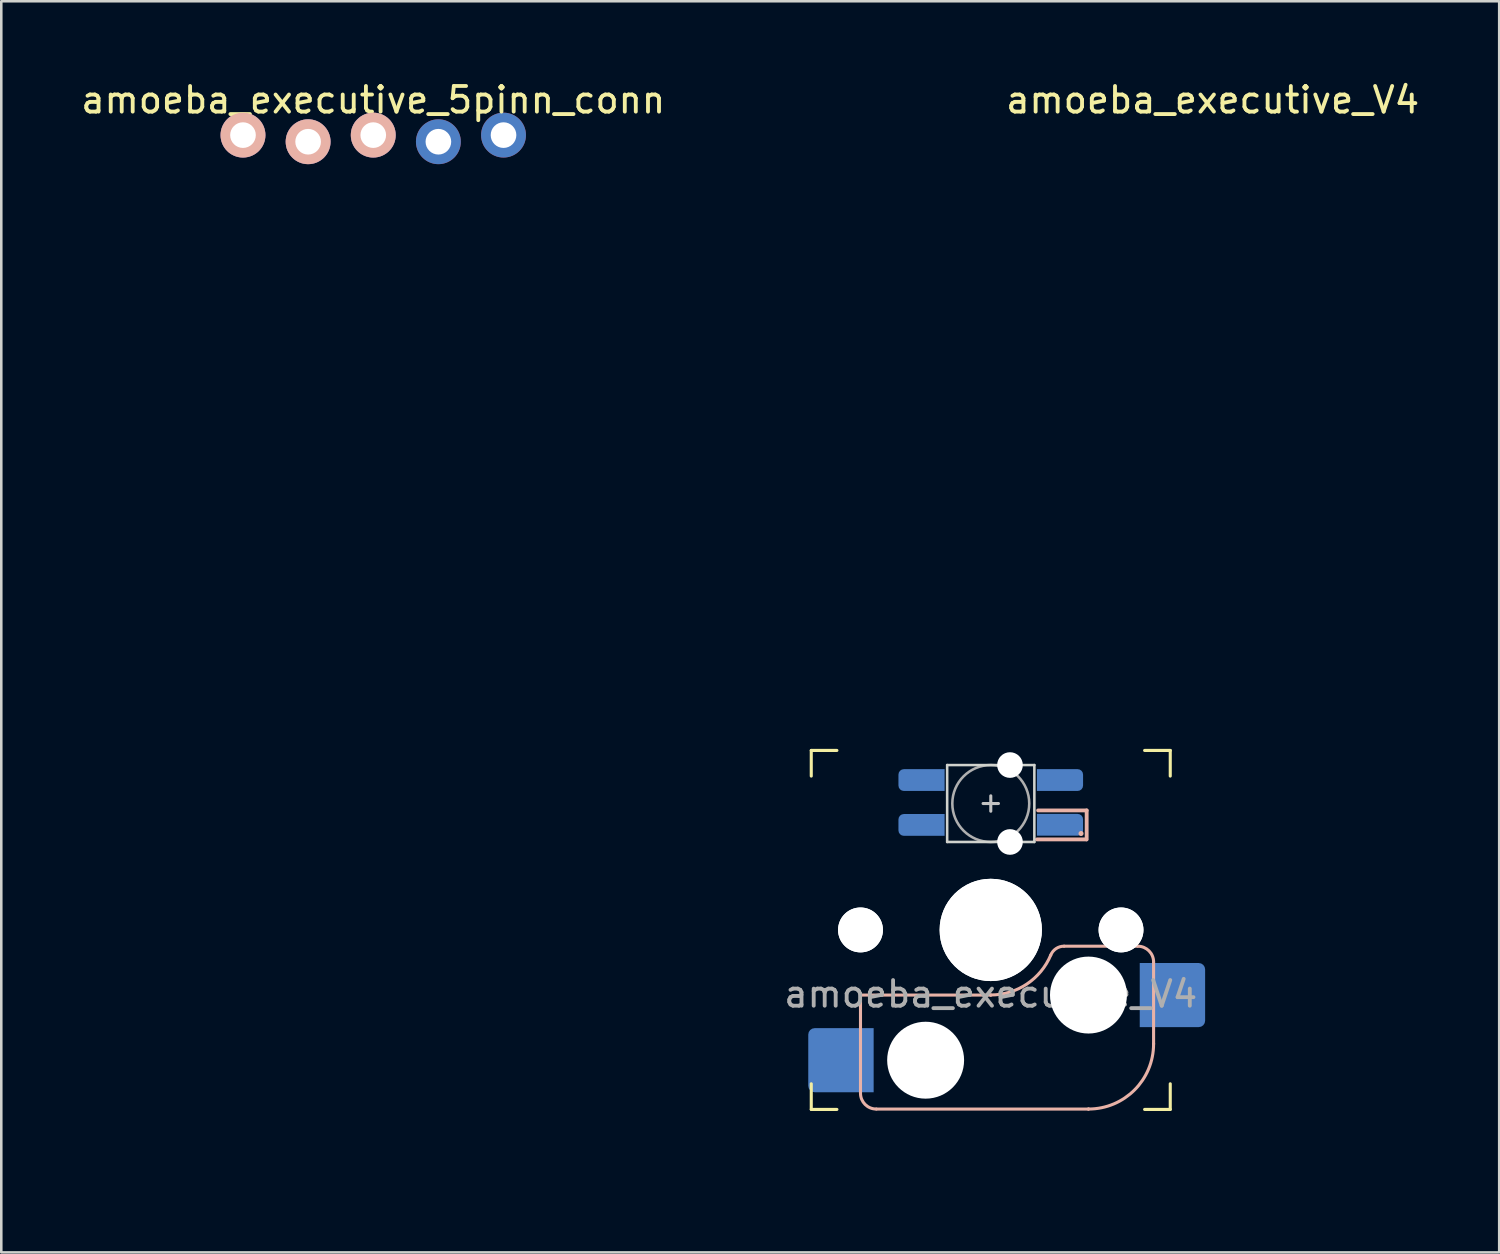
<source format=kicad_pcb>
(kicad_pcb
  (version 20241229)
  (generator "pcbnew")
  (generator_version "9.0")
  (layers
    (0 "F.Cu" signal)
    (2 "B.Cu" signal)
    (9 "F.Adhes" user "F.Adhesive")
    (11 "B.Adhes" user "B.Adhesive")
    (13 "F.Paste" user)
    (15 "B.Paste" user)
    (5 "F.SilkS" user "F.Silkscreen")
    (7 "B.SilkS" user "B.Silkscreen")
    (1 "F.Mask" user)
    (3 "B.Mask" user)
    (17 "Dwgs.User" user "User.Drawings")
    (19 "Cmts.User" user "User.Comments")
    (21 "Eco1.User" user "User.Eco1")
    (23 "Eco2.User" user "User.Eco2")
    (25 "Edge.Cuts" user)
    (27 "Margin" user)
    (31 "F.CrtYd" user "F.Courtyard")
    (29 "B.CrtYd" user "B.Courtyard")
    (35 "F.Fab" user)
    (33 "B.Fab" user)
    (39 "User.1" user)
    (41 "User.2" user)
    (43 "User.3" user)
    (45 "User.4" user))
  (footprint "amoeba_executive_5pinn_conn"
    (layer "F.Cu")
    (at 11.506 2.348)
    (property "Reference" "amoeba_executive_5pinn_conn" (at 0 -1.5 0) (unlocked yes) (layer "F.SilkS") (effects (font (size 1 1) (thickness 0.15))))
    (attr through_hole)
    (pad "1" thru_hole circle (at -5.08 -0.129 180) (size 1.75 1.75) (drill 1) (layers "*.Cu" "F.Mask" "B.SilkS"))
    (pad "2" thru_hole circle (at -2.54 0.129 180) (size 1.75 1.75) (drill 1) (layers "*.Cu" "F.Mask" "B.SilkS"))
    (pad "3" thru_hole circle (at 0 -0.129 180) (size 1.75 1.75) (drill 1) (layers "*.Cu" "F.Mask" "B.SilkS"))
    (pad "4" thru_hole circle (at 2.54 0.129 180) (size 1.75 1.75) (drill 1) (layers "*.Cu" "F.Mask"))
    (pad "5" thru_hole circle (at 5.08 -0.129 180) (size 1.75 1.75) (drill 1) (layers "*.Cu" "F.Mask")))
  (footprint "amoeba_executive_V4"
    (layer "F.Cu")
    (at 35.587 33.215)
    (property "Reference" "amoeba_executive_V4" (at 8.655 -32.367 0) (unlocked yes) (layer "F.SilkS") (effects (font (size 1 1) (thickness 0.15))))
    (attr through_hole)
    (fp_line (start -7 -7) (end -7 -6) (stroke (width 0.12) (type default)) (layer "F.SilkS"))
    (fp_line (start -7 -7) (end -6 -7) (stroke (width 0.12) (type default)) (layer "F.SilkS"))
    (fp_line (start -7 7) (end -7 6) (stroke (width 0.12) (type default)) (layer "F.SilkS"))
    (fp_line (start -6 7) (end -7 7) (stroke (width 0.12) (type default)) (layer "F.SilkS"))
    (fp_line (start 7 -7) (end 6 -7) (stroke (width 0.12) (type default)) (layer "F.SilkS"))
    (fp_line (start 7 -6) (end 7 -7) (stroke (width 0.12) (type default)) (layer "F.SilkS"))
    (fp_line (start 7 6) (end 7 7) (stroke (width 0.12) (type default)) (layer "F.SilkS"))
    (fp_line (start 7 7) (end 6 7) (stroke (width 0.12) (type default)) (layer "F.SilkS"))
    (fp_line (start -5.08 2.54) (end -5.08 2.54) (stroke (width 0.12) (type solid)) (layer "B.SilkS"))
    (fp_line (start -5.08 2.54) (end -5.08 2.54) (stroke (width 0.12) (type solid)) (layer "B.SilkS"))
    (fp_line (start -5.08 6.36) (end -5.08 2.54) (stroke (width 0.12) (type solid)) (layer "B.SilkS"))
    (fp_line (start -4.46 6.985) (end 3.81 6.985) (stroke (width 0.12) (type solid)) (layer "B.SilkS"))
    (fp_line (start 0 2.54) (end -5.08 2.54) (stroke (width 0.12) (type solid)) (layer "B.SilkS"))
    (fp_line (start 0 2.54) (end 0 2.54) (stroke (width 0.12) (type solid)) (layer "B.SilkS"))
    (fp_line (start 1.8 -3.53) (end 3.724 -3.53) (stroke (width 0.15) (type solid)) (layer "B.SilkS"))
    (fp_line (start 2.86 0.635) (end 5.72 0.635) (stroke (width 0.12) (type solid)) (layer "B.SilkS"))
    (fp_line (start 3.74 -4.66) (end 1.847 -4.66) (stroke (width 0.15) (type solid)) (layer "B.SilkS"))
    (fp_line (start 3.74 -3.53) (end 3.74 -4.66) (stroke (width 0.15) (type solid)) (layer "B.SilkS"))
    (fp_line (start 3.81 6.985) (end 3.81 6.985) (stroke (width 0.12) (type solid)) (layer "B.SilkS"))
    (fp_line (start 6.35 1.25) (end 6.35 4.445) (stroke (width 0.12) (type solid)) (layer "B.SilkS"))
    (fp_line (start 6.35 4.445) (end 6.35 4.445) (stroke (width 0.12) (type solid)) (layer "B.SilkS"))
    (fp_arc (start -4.465 6.985) (mid -4.899871 6.804871) (end -5.08 6.37) (stroke (width 0.12) (type default)) (layer "B.SilkS"))
    (fp_arc (start 2.34 0.98) (mid 1.405313 2.11213) (end 0 2.536928) (stroke (width 0.12) (type solid)) (layer "B.SilkS"))
    (fp_arc (start 2.34 0.98) (mid 2.547383 0.727891) (end 2.859999 0.633863) (stroke (width 0.12) (type default)) (layer "B.SilkS"))
    (fp_arc (start 5.735129 0.635) (mid 6.170016 0.815134) (end 6.350129 1.25) (stroke (width 0.12) (type default)) (layer "B.SilkS"))
    (fp_arc (start 6.35 4.445) (mid 5.606051 6.241051) (end 3.81 6.985) (stroke (width 0.12) (type solid)) (layer "B.SilkS"))
    (fp_circle (center 3.521 -3.76) (end 3.62 -3.76) (stroke (width 0) (type solid)) (fill yes) (layer "B.SilkS"))
    (fp_line (start -0.299 -4.93) (end 0.3 -4.93) (stroke (width 0.12) (type solid)) (layer "Dwgs.User"))
    (fp_line (start 0.001 -4.63) (end 0.001 -5.23) (stroke (width 0.12) (type solid)) (layer "Dwgs.User"))
    (fp_line (start -9.525 -9.525) (end -9.525 -9.525) (stroke (width 0.1) (type solid)) (layer "Eco2.User"))
    (fp_line (start -9.525 9.525) (end -9.525 9.525) (stroke (width 0.1) (type solid)) (layer "Eco2.User"))
    (fp_line (start 7 -7) (end 7 -6) (stroke (width 0.12) (type default)) (layer "Eco2.User"))
    (fp_line (start 7 7) (end 7 6) (stroke (width 0.12) (type default)) (layer "Eco2.User"))
    (fp_line (start 9.525 -9.525) (end 9.525 -9.525) (stroke (width 0.1) (type solid)) (layer "Eco2.User"))
    (fp_line (start 9.525 9.525) (end 9.525 9.525) (stroke (width 0.1) (type solid)) (layer "Eco2.User"))
    (fp_rect (start 7 7) (end -7 -7) (stroke (width 0.1) (type default)) (fill no) (layer "Eco2.User"))
    (fp_line (start -1.7 -6.43) (end -1.7 -3.43) (stroke (width 0.1) (type solid)) (layer "Edge.Cuts"))
    (fp_line (start 1.7 -6.43) (end -1.7 -6.43) (stroke (width 0.1) (type solid)) (layer "Edge.Cuts"))
    (fp_line (start 1.7 -3.43) (end -1.7 -3.43) (stroke (width 0.1) (type solid)) (layer "Edge.Cuts"))
    (fp_line (start 1.7 -3.43) (end 1.7 -6.43) (stroke (width 0.1) (type solid)) (layer "Edge.Cuts"))
    (fp_circle (center 0.001 -4.93) (end 0.001 -6.43) (stroke (width 0.1) (type solid)) (fill no) (layer "F.Fab"))
    (fp_line (start -9.525 9.525) (end -9.525 -9.525) (stroke (width 0.1) (type solid)) (layer "User.2"))
    (fp_line (start 9.525 -9.525) (end -9.525 -9.525) (stroke (width 0.1) (type solid)) (layer "User.2"))
    (fp_line (start 9.525 9.525) (end -9.525 9.525) (stroke (width 0.1) (type solid)) (layer "User.2"))
    (fp_line (start 9.525 9.525) (end 9.525 -9.525) (stroke (width 0.1) (type solid)) (layer "User.2"))
    (fp_line (start -9.525 4.91) (end -9.525 -3.81) (stroke (width 0.1) (type solid)) (layer "User.3"))
    (fp_line (start -8.255 -7.62) (end -8.255 -5.08) (stroke (width 0.1) (type solid)) (layer "User.3"))
    (fp_line (start -8.255 6.18) (end -8.255 7.62) (stroke (width 0.1) (type solid)) (layer "User.3"))
    (fp_line (start -7.62 -8.255) (end -6.35 -8.255) (stroke (width 0.1) (type solid)) (layer "User.3"))
    (fp_line (start -7.62 8.255) (end -6.35 8.255) (stroke (width 0.1) (type solid)) (layer "User.3"))
    (fp_line (start -5.08 9.525) (end 5.08 9.525) (stroke (width 0.1) (type solid)) (layer "User.3"))
    (fp_line (start 5.08 -9.525) (end -5.08 -9.525) (stroke (width 0.1) (type solid)) (layer "User.3"))
    (fp_line (start 6.35 -8.255) (end 7.62 -8.255) (stroke (width 0.1) (type solid)) (layer "User.3"))
    (fp_line (start 7.62 8.255) (end 6.35 8.255) (stroke (width 0.1) (type solid)) (layer "User.3"))
    (fp_line (start 8.255 -7.62) (end 8.255 -5.08) (stroke (width 0.1) (type solid)) (layer "User.3"))
    (fp_line (start 8.255 7.62) (end 8.255 5.08) (stroke (width 0.1) (type solid)) (layer "User.3"))
    (fp_line (start 9.525 1.27) (end 9.525 -3.81) (stroke (width 0.1) (type solid)) (layer "User.3"))
    (fp_line (start 9.525 1.27) (end 9.525 3.81) (stroke (width 0.1) (type solid)) (layer "User.3"))
    (fp_arc (start -9.525 -3.81) (mid -9.339013 -4.259013) (end -8.89 -4.445) (stroke (width 0.1) (type solid)) (layer "User.3"))
    (fp_arc (start -8.89 5.545) (mid -9.339013 5.359013) (end -9.525 4.91) (stroke (width 0.1) (type solid)) (layer "User.3"))
    (fp_arc (start -8.89 5.545) (mid -8.440987 5.730987) (end -8.255 6.18) (stroke (width 0.1) (type solid)) (layer "User.3"))
    (fp_arc (start -8.255 -7.62) (mid -8.069013 -8.069013) (end -7.62 -8.255) (stroke (width 0.1) (type solid)) (layer "User.3"))
    (fp_arc (start -8.255 -5.08) (mid -8.440987 -4.630987) (end -8.89 -4.445) (stroke (width 0.1) (type solid)) (layer "User.3"))
    (fp_arc (start -7.62 8.255) (mid -8.069013 8.069013) (end -8.255 7.62) (stroke (width 0.1) (type solid)) (layer "User.3"))
    (fp_arc (start -6.35 8.255) (mid -5.900987 8.440987) (end -5.715 8.89) (stroke (width 0.1) (type solid)) (layer "User.3"))
    (fp_arc (start -5.715 -8.89) (mid -5.900987 -8.440987) (end -6.35 -8.255) (stroke (width 0.1) (type solid)) (layer "User.3"))
    (fp_arc (start -5.715 -8.89) (mid -5.529013 -9.339013) (end -5.08 -9.525) (stroke (width 0.1) (type solid)) (layer "User.3"))
    (fp_arc (start -5.08 9.525) (mid -5.529013 9.339013) (end -5.715 8.89) (stroke (width 0.1) (type solid)) (layer "User.3"))
    (fp_arc (start 5.08 -9.525) (mid 5.529013 -9.339013) (end 5.715 -8.89) (stroke (width 0.1) (type solid)) (layer "User.3"))
    (fp_arc (start 5.715 8.89) (mid 5.529013 9.339013) (end 5.08 9.525) (stroke (width 0.1) (type solid)) (layer "User.3"))
    (fp_arc (start 5.715 8.89) (mid 5.900987 8.440987) (end 6.35 8.255) (stroke (width 0.1) (type solid)) (layer "User.3"))
    (fp_arc (start 6.35 -8.255) (mid 5.900987 -8.440987) (end 5.715 -8.89) (stroke (width 0.1) (type solid)) (layer "User.3"))
    (fp_arc (start 7.62 -8.255) (mid 8.069013 -8.069013) (end 8.255 -7.62) (stroke (width 0.1) (type solid)) (layer "User.3"))
    (fp_arc (start 8.255 5.08) (mid 8.440987 4.630987) (end 8.89 4.445) (stroke (width 0.1) (type solid)) (layer "User.3"))
    (fp_arc (start 8.255 7.62) (mid 8.069013 8.069013) (end 7.62 8.255) (stroke (width 0.1) (type solid)) (layer "User.3"))
    (fp_arc (start 8.89 -4.445) (mid 8.440987 -4.630987) (end 8.255 -5.08) (stroke (width 0.1) (type solid)) (layer "User.3"))
    (fp_arc (start 8.89 -4.445) (mid 9.339013 -4.259013) (end 9.525 -3.81) (stroke (width 0.1) (type solid)) (layer "User.3"))
    (fp_arc (start 9.525 3.81) (mid 9.339013 4.259013) (end 8.89 4.445) (stroke (width 0.1) (type solid)) (layer "User.3"))
    (fp_text user "${REFERENCE}" (at 0 2.5 0) (unlocked yes) (layer "F.Fab") (effects (font (size 1 1) (thickness 0.15))))
    (pad "" np_thru_hole circle (at -5.08 0 180) (size 1.75 1.75) (drill 1.75) (layers "*.Cu" "*.Mask"))
    (pad "" np_thru_hole circle (at -5.08 0 180) (size 1.75 1.75) (drill 1.75) (layers "*.Cu" "*.Mask"))
    (pad "" smd roundrect (at -2.689 -5.845) (size 1.82 0.85) (layers "B.Mask") (roundrect_rratio 0.25) (chamfer_ratio 0) (chamfer top_right bottom_right))
    (pad "" smd roundrect (at -2.689 -4.095) (size 1.82 0.84) (layers "B.Mask") (roundrect_rratio 0.25) (chamfer_ratio 0) (chamfer top_right bottom_right))
    (pad "" np_thru_hole circle (at -2.54 5.08 180) (size 3 3) (drill 3) (layers "*.Cu" "*.Mask"))
    (pad "" np_thru_hole circle (at 0 0 180) (size 3.988 3.988) (drill 3.988) (layers "*.Cu" "*.Mask"))
    (pad "" np_thru_hole circle (at 0 0 180) (size 3.988 3.988) (drill 3.988) (layers "*.Cu" "*.Mask"))
    (pad "" np_thru_hole circle (at 0.75 -6.43 180) (size 1 1) (drill 1) (layers "*.Cu" "*.Mask"))
    (pad "" np_thru_hole circle (at 0.75 -3.43 180) (size 1 1) (drill 1) (layers "*.Cu" "*.Mask"))
    (pad "" smd rect (at 2.471 -4.09 180) (size 1.38 0.84) (layers "B.Mask"))
    (pad "" smd roundrect (at 2.691 -5.84 180) (size 1.82 0.84) (layers "B.Mask") (roundrect_rratio 0.25) (chamfer_ratio 0) (chamfer top_right bottom_right))
    (pad "" smd roundrect (at 2.855 -4.09 180) (size 1.49 0.84) (layers "B.Mask") (roundrect_rratio 0.25) (chamfer_ratio 0.5) (chamfer top_left))
    (pad "" np_thru_hole circle (at 3.81 2.54 180) (size 3 3) (drill 3) (layers "*.Cu" "*.Mask"))
    (pad "" np_thru_hole circle (at 5.08 0 180) (size 1.75 1.75) (drill 1.75) (layers "*.Cu" "*.Mask"))
    (pad "" np_thru_hole circle (at 5.08 0 180) (size 1.75 1.75) (drill 1.75) (layers "*.Cu" "*.Mask"))
    (pad "1" smd custom (at -2.7 -5.845) (size 0.85 0.85) (layers "B.Cu") (options (anchor circle)) (primitives (gr_poly (pts (xy -0.9 -0.212) (xy -0.884 -0.294) (xy -0.838 -0.363) (xy -0.769 -0.409) (xy -0.688 -0.425) (xy 0.9 -0.425) (xy 0.9 0.425) (xy -0.688 0.425) (xy -0.769 0.409) (xy -0.838 0.363) (xy -0.884 0.294) (xy -0.9 0.212)) (width 0) (fill yes))))
    (pad "2" smd custom (at -2.7 -4.095 180) (size 0.85 0.85) (layers "B.Cu") (options (anchor circle)) (primitives (gr_poly (pts (xy -0.9 -0.425) (xy 0.688 -0.425) (xy 0.769 -0.409) (xy 0.838 -0.363) (xy 0.884 -0.294) (xy 0.9 -0.212) (xy 0.9 0.212) (xy 0.884 0.294) (xy 0.838 0.363) (xy 0.769 0.409) (xy 0.688 0.425) (xy -0.9 0.425)) (width 0) (fill yes))))
    (pad "3" smd custom (at 2.7 -4.1 180) (size 0.85 0.85) (layers "B.Cu") (options (anchor circle)) (primitives (gr_poly (pts (xy 0.9 -0.425) (xy -0.688 -0.425) (xy -0.769 -0.409) (xy -0.838 -0.363) (xy -0.884 -0.294) (xy -0.9 -0.212) (xy -0.9 0.212) (xy -0.884 0.294) (xy -0.838 0.363) (xy -0.769 0.409) (xy -0.688 0.425) (xy 0.9 0.425)) (width 0) (fill yes))))
    (pad "4" smd custom (at 2.7 -5.845) (size 0.85 0.85) (layers "B.Cu") (options (anchor circle)) (primitives (gr_poly (pts (xy -0.9 -0.425) (xy 0.688 -0.425) (xy 0.769 -0.409) (xy 0.838 -0.363) (xy 0.884 -0.294) (xy 0.9 -0.212) (xy 0.9 0.212) (xy 0.884 0.294) (xy 0.838 0.363) (xy 0.769 0.409) (xy 0.688 0.425) (xy -0.9 0.425)) (width 0) (fill yes))))
    (pad "5" smd roundrect (at 7.085 2.54 180) (size 2.55 2.5) (layers "B.Cu" "B.Mask" "B.Paste") (roundrect_rratio 0.1) (chamfer_ratio 0) (chamfer top_right bottom_right))
    (pad "6" smd roundrect (at -5.842 5.08 180) (size 2.55 2.5) (layers "B.Cu" "B.Mask" "B.Paste") (roundrect_rratio 0.1) (chamfer_ratio 0) (chamfer top_left bottom_left)))
  (gr_rect
    (start -3 -3)
    (end 55.415 45.79)
    (stroke (width 0.1) (type default))
    (fill no)
    (layer "Edge.Cuts")))
</source>
